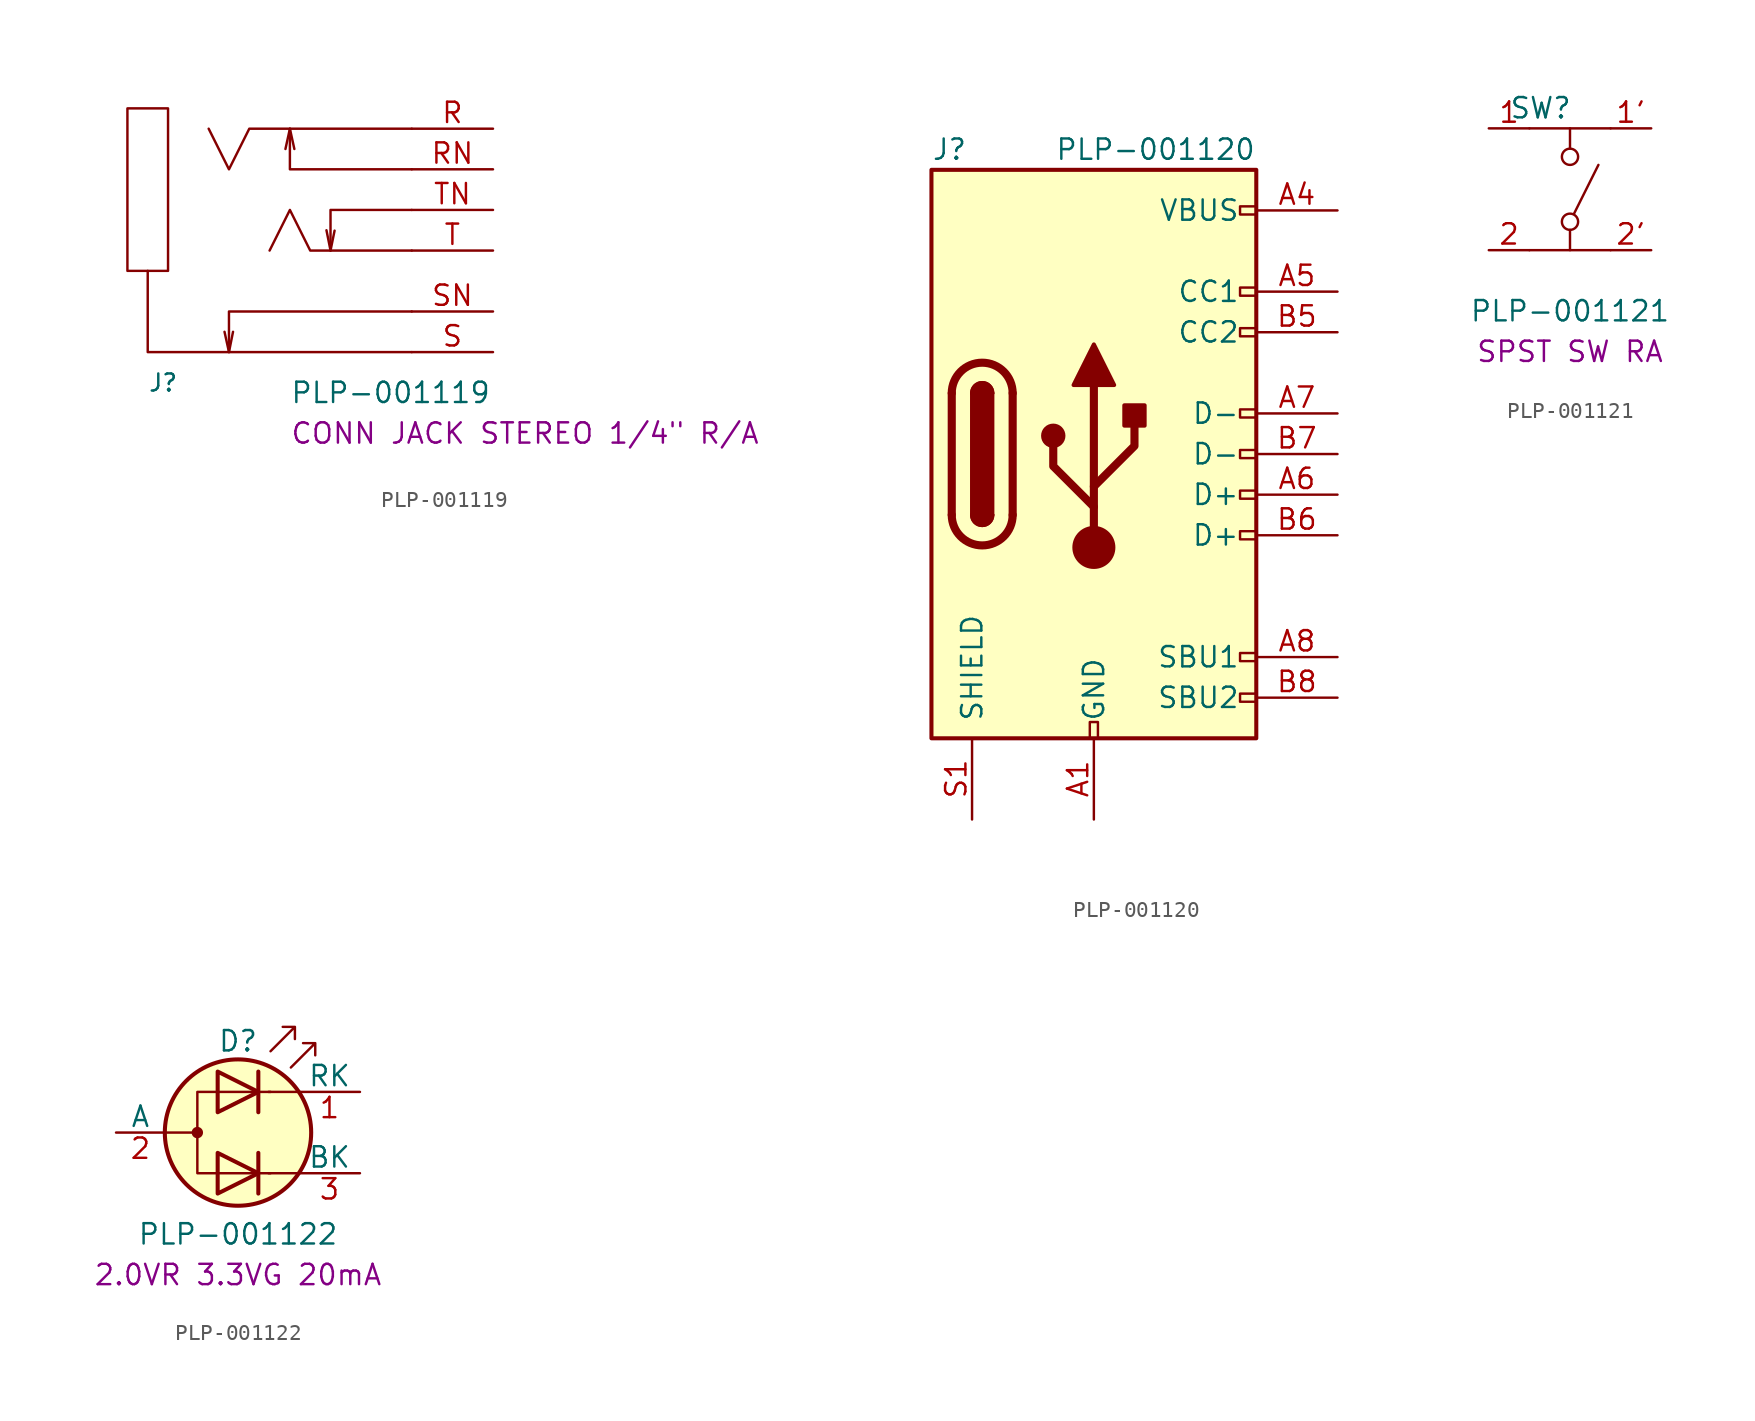
<source format=kicad_sym>
(kicad_symbol_lib
  (version 20241209)
  (generator "kicad_symbol_editor")
  (generator_version "9.0")
  (symbol "PLP-001119"
    (pin_names
      (offset 1.016))
    (property "Reference" "J"
      (at -13.97 -10.16 0)
      (effects (font (size 1.067 1.067)) (justify left bottom)))
    (property "Value" "PLP-001119"
      (at -5.08 -10.16 0)
      (effects (font (size 1.27 1.27)) (justify left)))
    (property "Info" "CONN JACK STEREO 1/4\" R/A"
      (at -5.08 -12.7 0)
      (effects (font (size 1.27 1.27)) (justify left)))
    (symbol "PLP-001119_0_1"
      (rectangle (start -15.24 7.62) (end -12.7 -2.54) (stroke (width 0) (type default)) (fill (type none)))
      (polyline (pts (xy -13.97 -2.54) (xy -13.97 -7.62) (xy 2.54 -7.62)) (stroke (width 0) (type default)) (fill (type none)))
      (polyline (pts (xy -10.16 6.35) (xy -8.89 3.81) (xy -7.62 6.35) (xy 2.54 6.35)) (stroke (width 0) (type default)) (fill (type none)))
      (polyline (pts (xy -9.169 -6.35) (xy -8.89 -7.62) (xy -8.636 -6.35)) (stroke (width 0) (type default)) (fill (type none)))
      (polyline (pts (xy -5.359 5.08) (xy -5.08 6.35) (xy -4.801 5.08)) (stroke (width 0) (type default)) (fill (type none)))
      (polyline (pts (xy -5.08 6.35) (xy -5.08 3.81) (xy 2.54 3.81)) (stroke (width 0) (type default)) (fill (type none)))
      (polyline (pts (xy -2.794 0) (xy -2.54 -1.27) (xy -2.286 -0.025)) (stroke (width 0) (type default)) (fill (type none)))
      (polyline (pts (xy 2.54 1.27) (xy -2.54 1.27) (xy -2.54 -1.27)) (stroke (width 0) (type default)) (fill (type none)))
      (polyline (pts (xy 2.54 -1.27) (xy -3.81 -1.27) (xy -5.08 1.27) (xy -6.35 -1.27)) (stroke (width 0) (type default)) (fill (type none)))
      (polyline (pts (xy 2.54 -5.08) (xy -8.89 -5.08) (xy -8.89 -7.62)) (stroke (width 0) (type default)) (fill (type none))))
    (symbol "PLP-001119_1_0"
      (pin bidirectional line (at 7.62 6.35 180) (length 5.08) (name "~" (effects (font (size 1.27 1.27)))) (number "R" (effects (font (size 1.27 1.27)))))
      (pin bidirectional line (at 7.62 3.81 180) (length 5.08) (name "~" (effects (font (size 1.27 1.27)))) (number "RN" (effects (font (size 1.27 1.27)))))
      (pin bidirectional line (at 7.62 1.27 180) (length 5.08) (name "~" (effects (font (size 1.27 1.27)))) (number "TN" (effects (font (size 1.27 1.27)))))
      (pin bidirectional line (at 7.62 -1.27 180) (length 5.08) (name "~" (effects (font (size 1.27 1.27)))) (number "T" (effects (font (size 1.27 1.27)))))
      (pin bidirectional line (at 7.62 -5.08 180) (length 5.08) (name "~" (effects (font (size 1.27 1.27)))) (number "SN" (effects (font (size 1.27 1.27)))))
      (pin bidirectional line (at 7.62 -7.62 180) (length 5.08) (name "~" (effects (font (size 1.27 1.27)))) (number "S" (effects (font (size 1.27 1.27)))))))
  (symbol "PLP-001120"
    (pin_names
      (offset 1.016))
    (property "Reference" "J"
      (at -10.16 19.05 0)
      (effects (font (size 1.27 1.27)) (justify left)))
    (property "Value" "PLP-001120"
      (at 10.16 19.05 0)
      (effects (font (size 1.27 1.27)) (justify right)))
    (symbol "PLP-001120_0_0"
      (rectangle (start -0.254 -17.78) (end 0.254 -16.764) (stroke (width 0) (type default)) (fill (type none)))
      (rectangle (start 10.16 15.494) (end 9.144 14.986) (stroke (width 0) (type default)) (fill (type none)))
      (rectangle (start 10.16 10.414) (end 9.144 9.906) (stroke (width 0) (type default)) (fill (type none)))
      (rectangle (start 10.16 7.874) (end 9.144 7.366) (stroke (width 0) (type default)) (fill (type none)))
      (rectangle (start 10.16 2.794) (end 9.144 2.286) (stroke (width 0) (type default)) (fill (type none)))
      (rectangle (start 10.16 0.254) (end 9.144 -0.254) (stroke (width 0) (type default)) (fill (type none)))
      (rectangle (start 10.16 -2.286) (end 9.144 -2.794) (stroke (width 0) (type default)) (fill (type none)))
      (rectangle (start 10.16 -4.826) (end 9.144 -5.334) (stroke (width 0) (type default)) (fill (type none)))
      (rectangle (start 10.16 -12.446) (end 9.144 -12.954) (stroke (width 0) (type default)) (fill (type none)))
      (rectangle (start 10.16 -14.986) (end 9.144 -15.494) (stroke (width 0) (type default)) (fill (type none))))
    (symbol "PLP-001120_0_1"
      (rectangle (start -10.16 17.78) (end 10.16 -17.78) (stroke (width 0.254) (type default)) (fill (type background)))
      (polyline (pts (xy -8.89 -3.81) (xy -8.89 3.81)) (stroke (width 0.508) (type default)) (fill (type none)))
      (rectangle (start -7.62 -3.81) (end -6.35 3.81) (stroke (width 0.254) (type default)) (fill (type outline)))
      (arc (start -7.62 3.81) (mid -6.985 4.4423) (end -6.35 3.81) (stroke (width 0.254) (type default)) (fill (type none)))
      (arc (start -7.62 3.81) (mid -6.985 4.4423) (end -6.35 3.81) (stroke (width 0.254) (type default)) (fill (type outline)))
      (arc (start -8.89 3.81) (mid -6.985 5.7067) (end -5.08 3.81) (stroke (width 0.508) (type default)) (fill (type none)))
      (arc (start -5.08 -3.81) (mid -6.985 -5.7067) (end -8.89 -3.81) (stroke (width 0.508) (type default)) (fill (type none)))
      (arc (start -6.35 -3.81) (mid -6.985 -4.4423) (end -7.62 -3.81) (stroke (width 0.254) (type default)) (fill (type none)))
      (arc (start -6.35 -3.81) (mid -6.985 -4.4423) (end -7.62 -3.81) (stroke (width 0.254) (type default)) (fill (type outline)))
      (polyline (pts (xy -5.08 3.81) (xy -5.08 -3.81)) (stroke (width 0.508) (type default)) (fill (type none)))
      (circle (center -2.54 1.143) (radius 0.635) (stroke (width 0.254) (type default)) (fill (type outline)))
      (polyline (pts (xy -1.27 4.318) (xy 0 6.858) (xy 1.27 4.318) (xy -1.27 4.318)) (stroke (width 0.254) (type default)) (fill (type outline)))
      (polyline (pts (xy 0 -2.032) (xy 2.54 0.508) (xy 2.54 1.778)) (stroke (width 0.508) (type default)) (fill (type none)))
      (polyline (pts (xy 0 -3.302) (xy -2.54 -0.762) (xy -2.54 0.508)) (stroke (width 0.508) (type default)) (fill (type none)))
      (polyline (pts (xy 0 -5.842) (xy 0 4.318)) (stroke (width 0.508) (type default)) (fill (type none)))
      (circle (center 0 -5.842) (radius 1.27) (stroke (width 0) (type default)) (fill (type outline)))
      (rectangle (start 1.905 1.778) (end 3.175 3.048) (stroke (width 0.254) (type default)) (fill (type outline))))
    (symbol "PLP-001120_1_1"
      (pin passive line (at -7.62 -22.86 90) (length 5.08) (name "SHIELD" (effects (font (size 1.27 1.27)))) (number "S1" (effects (font (size 1.27 1.27)))))
      (pin passive line (at 0 -22.86 90) (length 5.08) (name "GND" (effects (font (size 1.27 1.27)))) (number "A1" (effects (font (size 1.27 1.27)))))
      (pin passive line (at 0 -22.86 90) (length 5.08) (hide yes) (name "GND" (effects (font (size 1.27 1.27)))) (number "A12" (effects (font (size 1.27 1.27)))))
      (pin passive line (at 0 -22.86 90) (length 5.08) (hide yes) (name "GND" (effects (font (size 1.27 1.27)))) (number "B1" (effects (font (size 1.27 1.27)))))
      (pin passive line (at 0 -22.86 90) (length 5.08) (hide yes) (name "GND" (effects (font (size 1.27 1.27)))) (number "B12" (effects (font (size 1.27 1.27)))))
      (pin passive line (at 15.24 15.24 180) (length 5.08) (name "VBUS" (effects (font (size 1.27 1.27)))) (number "A4" (effects (font (size 1.27 1.27)))))
      (pin passive line (at 15.24 15.24 180) (length 5.08) (hide yes) (name "VBUS" (effects (font (size 1.27 1.27)))) (number "A9" (effects (font (size 1.27 1.27)))))
      (pin passive line (at 15.24 15.24 180) (length 5.08) (hide yes) (name "VBUS" (effects (font (size 1.27 1.27)))) (number "B4" (effects (font (size 1.27 1.27)))))
      (pin passive line (at 15.24 15.24 180) (length 5.08) (hide yes) (name "VBUS" (effects (font (size 1.27 1.27)))) (number "B9" (effects (font (size 1.27 1.27)))))
      (pin bidirectional line (at 15.24 10.16 180) (length 5.08) (name "CC1" (effects (font (size 1.27 1.27)))) (number "A5" (effects (font (size 1.27 1.27)))))
      (pin bidirectional line (at 15.24 7.62 180) (length 5.08) (name "CC2" (effects (font (size 1.27 1.27)))) (number "B5" (effects (font (size 1.27 1.27)))))
      (pin bidirectional line (at 15.24 2.54 180) (length 5.08) (name "D-" (effects (font (size 1.27 1.27)))) (number "A7" (effects (font (size 1.27 1.27)))))
      (pin bidirectional line (at 15.24 0 180) (length 5.08) (name "D-" (effects (font (size 1.27 1.27)))) (number "B7" (effects (font (size 1.27 1.27)))))
      (pin bidirectional line (at 15.24 -2.54 180) (length 5.08) (name "D+" (effects (font (size 1.27 1.27)))) (number "A6" (effects (font (size 1.27 1.27)))))
      (pin bidirectional line (at 15.24 -5.08 180) (length 5.08) (name "D+" (effects (font (size 1.27 1.27)))) (number "B6" (effects (font (size 1.27 1.27)))))
      (pin bidirectional line (at 15.24 -12.7 180) (length 5.08) (name "SBU1" (effects (font (size 1.27 1.27)))) (number "A8" (effects (font (size 1.27 1.27)))))
      (pin bidirectional line (at 15.24 -15.24 180) (length 5.08) (name "SBU2" (effects (font (size 1.27 1.27)))) (number "B8" (effects (font (size 1.27 1.27)))))))
  (symbol "PLP-001121"
    (pin_names
      (offset 0)
      (hide yes))
    (property "Reference" "SW"
      (at -3.81 5.08 0)
      (effects (font (size 1.27 1.27)) (justify left)))
    (property "Value" "PLP-001121"
      (at 0 -7.62 0)
      (effects (font (size 1.27 1.27))))
    (property "Info" "SPST SW RA"
      (at 0 -10.16 0)
      (effects (font (size 1.27 1.27))))
    (symbol "PLP-001121_0_0"
      (circle (center 0 2.032) (radius 0.508) (stroke (width 0) (type default)) (fill (type none)))
      (circle (center 0 -2.032) (radius 0.508) (stroke (width 0) (type default)) (fill (type none)))
      (polyline (pts (xy 0.254 -1.524) (xy 1.778 1.524)) (stroke (width 0) (type default)) (fill (type none))))
    (symbol "PLP-001121_0_1"
      (polyline (pts (xy -2.54 3.81) (xy 2.54 3.81)) (stroke (width 0) (type default)) (fill (type none)))
      (polyline (pts (xy -2.54 -3.81) (xy 2.54 -3.81)) (stroke (width 0) (type default)) (fill (type none)))
      (polyline (pts (xy 0 2.54) (xy 0 3.81)) (stroke (width 0) (type default)) (fill (type none)))
      (polyline (pts (xy 0 -3.81) (xy 0 -2.54)) (stroke (width 0) (type default)) (fill (type none))))
    (symbol "PLP-001121_1_1"
      (pin passive line (at -5.08 3.81 0) (length 2.54) (name "A" (effects (font (size 1.27 1.27)))) (number "1" (effects (font (size 1.27 1.27)))))
      (pin passive line (at -5.08 -3.81 0) (length 2.54) (name "B" (effects (font (size 1.27 1.27)))) (number "2" (effects (font (size 1.27 1.27)))))
      (pin passive line (at 5.08 3.81 180) (length 2.54) (name "~" (effects (font (size 1.27 1.27)))) (number "1'" (effects (font (size 1.27 1.27)))))
      (pin passive line (at 5.08 -3.81 180) (length 2.54) (name "~" (effects (font (size 1.27 1.27)))) (number "2'" (effects (font (size 1.27 1.27)))))))
  (symbol "PLP-001122"
    (pin_names
      (offset 0))
    (property "Reference" "D"
      (at 0 5.715 0)
      (effects (font (size 1.27 1.27))))
    (property "Value" "PLP-001122"
      (at 0 -6.35 0)
      (effects (font (size 1.27 1.27))))
    (property "Info" "2.0VR 3.3VG 20mA"
      (at 0 -8.89 0)
      (effects (font (size 1.27 1.27))))
    (symbol "PLP-001122_0_1"
      (polyline (pts (xy -4.572 0) (xy -2.54 0)) (stroke (width 0) (type default)) (fill (type none)))
      (circle (center -2.54 0) (radius 0.279) (stroke (width 0) (type default)) (fill (type outline)))
      (polyline (pts (xy -1.27 3.81) (xy -1.27 1.27) (xy 1.27 2.54) (xy -1.27 3.81)) (stroke (width 0.254) (type default)) (fill (type none)))
      (polyline (pts (xy -1.27 -1.27) (xy -1.27 -3.81) (xy 1.27 -2.54) (xy -1.27 -1.27)) (stroke (width 0.254) (type default)) (fill (type none)))
      (circle (center 0 0) (radius 4.572) (stroke (width 0.254) (type default)) (fill (type background)))
      (polyline (pts (xy 1.27 3.81) (xy 1.27 1.27)) (stroke (width 0.254) (type default)) (fill (type none)))
      (polyline (pts (xy 1.27 -1.27) (xy 1.27 -3.81)) (stroke (width 0.254) (type default)) (fill (type none)))
      (polyline (pts (xy 2.032 5.08) (xy 3.556 6.604) (xy 2.794 6.604) (xy 3.556 6.604) (xy 3.556 5.842)) (stroke (width 0) (type default)) (fill (type none)))
      (polyline (pts (xy 2.032 2.54) (xy -2.54 2.54) (xy -2.54 -2.54) (xy 2.032 -2.54)) (stroke (width 0) (type default)) (fill (type none)))
      (polyline (pts (xy 3.302 4.064) (xy 4.826 5.588) (xy 4.064 5.588) (xy 4.826 5.588) (xy 4.826 4.826)) (stroke (width 0) (type default)) (fill (type none)))
      (polyline (pts (xy 3.81 2.54) (xy 1.905 2.54)) (stroke (width 0) (type default)) (fill (type none)))
      (polyline (pts (xy 3.81 -2.54) (xy 1.905 -2.54)) (stroke (width 0) (type default)) (fill (type none))))
    (symbol "PLP-001122_1_1"
      (pin input line (at -7.62 0 0) (length 3.048) (name "A" (effects (font (size 1.27 1.27)))) (number "2" (effects (font (size 1.27 1.27)))))
      (pin input line (at 7.62 2.54 180) (length 3.81) (name "RK" (effects (font (size 1.27 1.27)))) (number "1" (effects (font (size 1.27 1.27)))))
      (pin input line (at 7.62 -2.54 180) (length 3.81) (name "BK" (effects (font (size 1.27 1.27)))) (number "3" (effects (font (size 1.27 1.27))))))))
</source>
